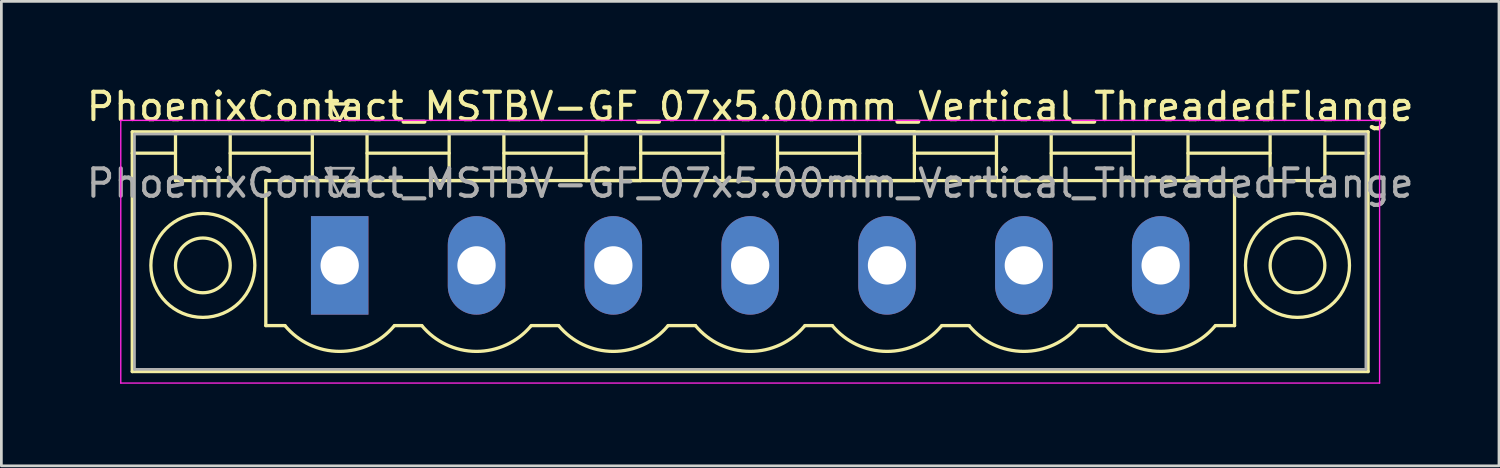
<source format=kicad_pcb>
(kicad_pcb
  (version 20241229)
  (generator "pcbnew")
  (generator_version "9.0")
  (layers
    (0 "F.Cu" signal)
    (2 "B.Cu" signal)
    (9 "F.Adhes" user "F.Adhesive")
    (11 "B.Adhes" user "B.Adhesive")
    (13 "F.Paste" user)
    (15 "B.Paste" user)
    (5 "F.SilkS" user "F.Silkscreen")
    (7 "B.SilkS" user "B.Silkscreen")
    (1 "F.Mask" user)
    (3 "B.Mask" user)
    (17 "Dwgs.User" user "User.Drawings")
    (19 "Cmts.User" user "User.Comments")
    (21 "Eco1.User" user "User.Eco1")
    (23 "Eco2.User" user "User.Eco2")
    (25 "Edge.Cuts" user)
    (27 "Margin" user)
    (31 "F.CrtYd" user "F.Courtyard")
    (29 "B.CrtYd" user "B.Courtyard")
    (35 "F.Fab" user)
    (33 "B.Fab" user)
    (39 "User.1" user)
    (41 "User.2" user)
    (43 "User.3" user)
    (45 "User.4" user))
  (footprint "PhoenixContact_MSTBV-GF_07x5.00mm_Vertical_ThreadedFlange"
    (layer "F.Cu")
    (at 9.363 6.648)
    (property "Reference" "PhoenixContact_MSTBV-GF_07x5.00mm_Vertical_ThreadedFlange" (at 15 -5.8 0) (layer "F.SilkS") (effects (font (size 1 1) (thickness 0.15))))
    (attr through_hole)
    (fp_line (start -7.58 -4.88) (end -7.58 3.88) (stroke (width 0.12) (type solid)) (layer "F.SilkS"))
    (fp_line (start -7.58 -4.1) (end -6.08 -4.1) (stroke (width 0.12) (type solid)) (layer "F.SilkS"))
    (fp_line (start -7.58 3.88) (end 37.58 3.88) (stroke (width 0.12) (type solid)) (layer "F.SilkS"))
    (fp_line (start -6 -4.88) (end -4 -4.88) (stroke (width 0.12) (type solid)) (layer "F.SilkS"))
    (fp_line (start -6 -3.1) (end -6 -4.88) (stroke (width 0.12) (type solid)) (layer "F.SilkS"))
    (fp_line (start -4 -4.88) (end -4 -3.1) (stroke (width 0.12) (type solid)) (layer "F.SilkS"))
    (fp_line (start -4 -4.1) (end -1 -4.1) (stroke (width 0.12) (type solid)) (layer "F.SilkS"))
    (fp_line (start -4 -3.1) (end -6 -3.1) (stroke (width 0.12) (type solid)) (layer "F.SilkS"))
    (fp_line (start -2.7 -3.1) (end 32.7 -3.1) (stroke (width 0.12) (type solid)) (layer "F.SilkS"))
    (fp_line (start -2.7 2.2) (end -2.7 -3.1) (stroke (width 0.12) (type solid)) (layer "F.SilkS"))
    (fp_line (start -2 2.2) (end -2.7 2.2) (stroke (width 0.12) (type solid)) (layer "F.SilkS"))
    (fp_line (start -1 -4.88) (end 1 -4.88) (stroke (width 0.12) (type solid)) (layer "F.SilkS"))
    (fp_line (start -1 -3.1) (end -1 -4.88) (stroke (width 0.12) (type solid)) (layer "F.SilkS"))
    (fp_line (start -0.3 -5.9) (end 0.3 -5.9) (stroke (width 0.12) (type solid)) (layer "F.SilkS"))
    (fp_line (start 0 -5.3) (end -0.3 -5.9) (stroke (width 0.12) (type solid)) (layer "F.SilkS"))
    (fp_line (start 0.3 -5.9) (end 0 -5.3) (stroke (width 0.12) (type solid)) (layer "F.SilkS"))
    (fp_line (start 1 -4.88) (end 1 -3.1) (stroke (width 0.12) (type solid)) (layer "F.SilkS"))
    (fp_line (start 1 -4.1) (end 4 -4.1) (stroke (width 0.12) (type solid)) (layer "F.SilkS"))
    (fp_line (start 1 -3.1) (end -1 -3.1) (stroke (width 0.12) (type solid)) (layer "F.SilkS"))
    (fp_line (start 2 2.2) (end 3 2.2) (stroke (width 0.12) (type solid)) (layer "F.SilkS"))
    (fp_line (start 4 -4.88) (end 6 -4.88) (stroke (width 0.12) (type solid)) (layer "F.SilkS"))
    (fp_line (start 4 -3.1) (end 4 -4.88) (stroke (width 0.12) (type solid)) (layer "F.SilkS"))
    (fp_line (start 6 -4.88) (end 6 -3.1) (stroke (width 0.12) (type solid)) (layer "F.SilkS"))
    (fp_line (start 6 -4.1) (end 9 -4.1) (stroke (width 0.12) (type solid)) (layer "F.SilkS"))
    (fp_line (start 6 -3.1) (end 4 -3.1) (stroke (width 0.12) (type solid)) (layer "F.SilkS"))
    (fp_line (start 7 2.2) (end 8 2.2) (stroke (width 0.12) (type solid)) (layer "F.SilkS"))
    (fp_line (start 9 -4.88) (end 11 -4.88) (stroke (width 0.12) (type solid)) (layer "F.SilkS"))
    (fp_line (start 9 -3.1) (end 9 -4.88) (stroke (width 0.12) (type solid)) (layer "F.SilkS"))
    (fp_line (start 11 -4.88) (end 11 -3.1) (stroke (width 0.12) (type solid)) (layer "F.SilkS"))
    (fp_line (start 11 -4.1) (end 14 -4.1) (stroke (width 0.12) (type solid)) (layer "F.SilkS"))
    (fp_line (start 11 -3.1) (end 9 -3.1) (stroke (width 0.12) (type solid)) (layer "F.SilkS"))
    (fp_line (start 12 2.2) (end 13 2.2) (stroke (width 0.12) (type solid)) (layer "F.SilkS"))
    (fp_line (start 14 -4.88) (end 16 -4.88) (stroke (width 0.12) (type solid)) (layer "F.SilkS"))
    (fp_line (start 14 -3.1) (end 14 -4.88) (stroke (width 0.12) (type solid)) (layer "F.SilkS"))
    (fp_line (start 16 -4.88) (end 16 -3.1) (stroke (width 0.12) (type solid)) (layer "F.SilkS"))
    (fp_line (start 16 -4.1) (end 19 -4.1) (stroke (width 0.12) (type solid)) (layer "F.SilkS"))
    (fp_line (start 16 -3.1) (end 14 -3.1) (stroke (width 0.12) (type solid)) (layer "F.SilkS"))
    (fp_line (start 17 2.2) (end 18 2.2) (stroke (width 0.12) (type solid)) (layer "F.SilkS"))
    (fp_line (start 19 -4.88) (end 21 -4.88) (stroke (width 0.12) (type solid)) (layer "F.SilkS"))
    (fp_line (start 19 -3.1) (end 19 -4.88) (stroke (width 0.12) (type solid)) (layer "F.SilkS"))
    (fp_line (start 21 -4.88) (end 21 -3.1) (stroke (width 0.12) (type solid)) (layer "F.SilkS"))
    (fp_line (start 21 -4.1) (end 24 -4.1) (stroke (width 0.12) (type solid)) (layer "F.SilkS"))
    (fp_line (start 21 -3.1) (end 19 -3.1) (stroke (width 0.12) (type solid)) (layer "F.SilkS"))
    (fp_line (start 22 2.2) (end 23 2.2) (stroke (width 0.12) (type solid)) (layer "F.SilkS"))
    (fp_line (start 24 -4.88) (end 26 -4.88) (stroke (width 0.12) (type solid)) (layer "F.SilkS"))
    (fp_line (start 24 -3.1) (end 24 -4.88) (stroke (width 0.12) (type solid)) (layer "F.SilkS"))
    (fp_line (start 26 -4.88) (end 26 -3.1) (stroke (width 0.12) (type solid)) (layer "F.SilkS"))
    (fp_line (start 26 -4.1) (end 29 -4.1) (stroke (width 0.12) (type solid)) (layer "F.SilkS"))
    (fp_line (start 26 -3.1) (end 24 -3.1) (stroke (width 0.12) (type solid)) (layer "F.SilkS"))
    (fp_line (start 27 2.2) (end 28 2.2) (stroke (width 0.12) (type solid)) (layer "F.SilkS"))
    (fp_line (start 29 -4.88) (end 31 -4.88) (stroke (width 0.12) (type solid)) (layer "F.SilkS"))
    (fp_line (start 29 -3.1) (end 29 -4.88) (stroke (width 0.12) (type solid)) (layer "F.SilkS"))
    (fp_line (start 31 -4.88) (end 31 -3.1) (stroke (width 0.12) (type solid)) (layer "F.SilkS"))
    (fp_line (start 31 -4.1) (end 34 -4.1) (stroke (width 0.12) (type solid)) (layer "F.SilkS"))
    (fp_line (start 31 -3.1) (end 29 -3.1) (stroke (width 0.12) (type solid)) (layer "F.SilkS"))
    (fp_line (start 32.7 -3.1) (end 32.7 2.2) (stroke (width 0.12) (type solid)) (layer "F.SilkS"))
    (fp_line (start 32.7 2.2) (end 32 2.2) (stroke (width 0.12) (type solid)) (layer "F.SilkS"))
    (fp_line (start 34 -4.88) (end 36 -4.88) (stroke (width 0.12) (type solid)) (layer "F.SilkS"))
    (fp_line (start 34 -3.1) (end 34 -4.88) (stroke (width 0.12) (type solid)) (layer "F.SilkS"))
    (fp_line (start 36 -4.88) (end 36 -3.1) (stroke (width 0.12) (type solid)) (layer "F.SilkS"))
    (fp_line (start 36 -3.1) (end 34 -3.1) (stroke (width 0.12) (type solid)) (layer "F.SilkS"))
    (fp_line (start 37.58 -4.88) (end -7.58 -4.88) (stroke (width 0.12) (type solid)) (layer "F.SilkS"))
    (fp_line (start 37.58 -4.1) (end 36.08 -4.1) (stroke (width 0.12) (type solid)) (layer "F.SilkS"))
    (fp_line (start 37.58 3.88) (end 37.58 -4.88) (stroke (width 0.12) (type solid)) (layer "F.SilkS"))
    (fp_arc (start 1.986842 2.215821) (mid -0.010289 3.142758) (end -2 2.2) (stroke (width 0.12) (type solid)) (layer "F.SilkS"))
    (fp_arc (start 6.986842 2.215821) (mid 4.989711 3.142758) (end 3 2.2) (stroke (width 0.12) (type solid)) (layer "F.SilkS"))
    (fp_arc (start 11.986842 2.215821) (mid 9.989711 3.142758) (end 8 2.2) (stroke (width 0.12) (type solid)) (layer "F.SilkS"))
    (fp_arc (start 16.986842 2.215821) (mid 14.989711 3.142758) (end 13 2.2) (stroke (width 0.12) (type solid)) (layer "F.SilkS"))
    (fp_arc (start 21.986842 2.215821) (mid 19.989711 3.142758) (end 18 2.2) (stroke (width 0.12) (type solid)) (layer "F.SilkS"))
    (fp_arc (start 26.986842 2.215821) (mid 24.989711 3.142758) (end 23 2.2) (stroke (width 0.12) (type solid)) (layer "F.SilkS"))
    (fp_arc (start 31.986842 2.215821) (mid 29.989711 3.142758) (end 28 2.2) (stroke (width 0.12) (type solid)) (layer "F.SilkS"))
    (fp_circle (center -5 0) (end -4 0) (stroke (width 0.12) (type solid)) (fill no) (layer "F.SilkS"))
    (fp_circle (center -5 0) (end -3.1 0) (stroke (width 0.12) (type solid)) (fill no) (layer "F.SilkS"))
    (fp_circle (center 35 0) (end 36 0) (stroke (width 0.12) (type solid)) (fill no) (layer "F.SilkS"))
    (fp_circle (center 35 0) (end 36.9 0) (stroke (width 0.12) (type solid)) (fill no) (layer "F.SilkS"))
    (fp_line (start -8 -5.3) (end -8 4.3) (stroke (width 0.05) (type solid)) (layer "F.CrtYd"))
    (fp_line (start -8 4.3) (end 38 4.3) (stroke (width 0.05) (type solid)) (layer "F.CrtYd"))
    (fp_line (start 38 -5.3) (end -8 -5.3) (stroke (width 0.05) (type solid)) (layer "F.CrtYd"))
    (fp_line (start 38 4.3) (end 38 -5.3) (stroke (width 0.05) (type solid)) (layer "F.CrtYd"))
    (fp_line (start -7.5 -4.8) (end -7.5 3.8) (stroke (width 0.1) (type solid)) (layer "F.Fab"))
    (fp_line (start -7.5 3.8) (end 37.5 3.8) (stroke (width 0.1) (type solid)) (layer "F.Fab"))
    (fp_line (start -0.5 -3.55) (end 0.5 -3.55) (stroke (width 0.1) (type solid)) (layer "F.Fab"))
    (fp_line (start 0 -2.55) (end -0.5 -3.55) (stroke (width 0.1) (type solid)) (layer "F.Fab"))
    (fp_line (start 0.5 -3.55) (end 0 -2.55) (stroke (width 0.1) (type solid)) (layer "F.Fab"))
    (fp_line (start 37.5 -4.8) (end -7.5 -4.8) (stroke (width 0.1) (type solid)) (layer "F.Fab"))
    (fp_line (start 37.5 3.8) (end 37.5 -4.8) (stroke (width 0.1) (type solid)) (layer "F.Fab"))
    (fp_text user "${REFERENCE}" (at 15 -3 0) (layer "F.Fab") (effects (font (size 1 1) (thickness 0.15))))
    (pad "1" thru_hole rect (at 0 0) (size 2.1 3.6) (drill 1.4) (layers "*.Cu" "*.Mask"))
    (pad "2" thru_hole oval (at 5 0) (size 2.1 3.6) (drill 1.4) (layers "*.Cu" "*.Mask"))
    (pad "3" thru_hole oval (at 10 0) (size 2.1 3.6) (drill 1.4) (layers "*.Cu" "*.Mask"))
    (pad "4" thru_hole oval (at 15 0) (size 2.1 3.6) (drill 1.4) (layers "*.Cu" "*.Mask"))
    (pad "5" thru_hole oval (at 20 0) (size 2.1 3.6) (drill 1.4) (layers "*.Cu" "*.Mask"))
    (pad "6" thru_hole oval (at 25 0) (size 2.1 3.6) (drill 1.4) (layers "*.Cu" "*.Mask"))
    (pad "7" thru_hole oval (at 30 0) (size 2.1 3.6) (drill 1.4) (layers "*.Cu" "*.Mask")))
  (gr_rect
    (start -3 -3)
    (end 51.726 13.973)
    (stroke (width 0.1) (type default))
    (fill no)
    (layer "Edge.Cuts")))
</source>
